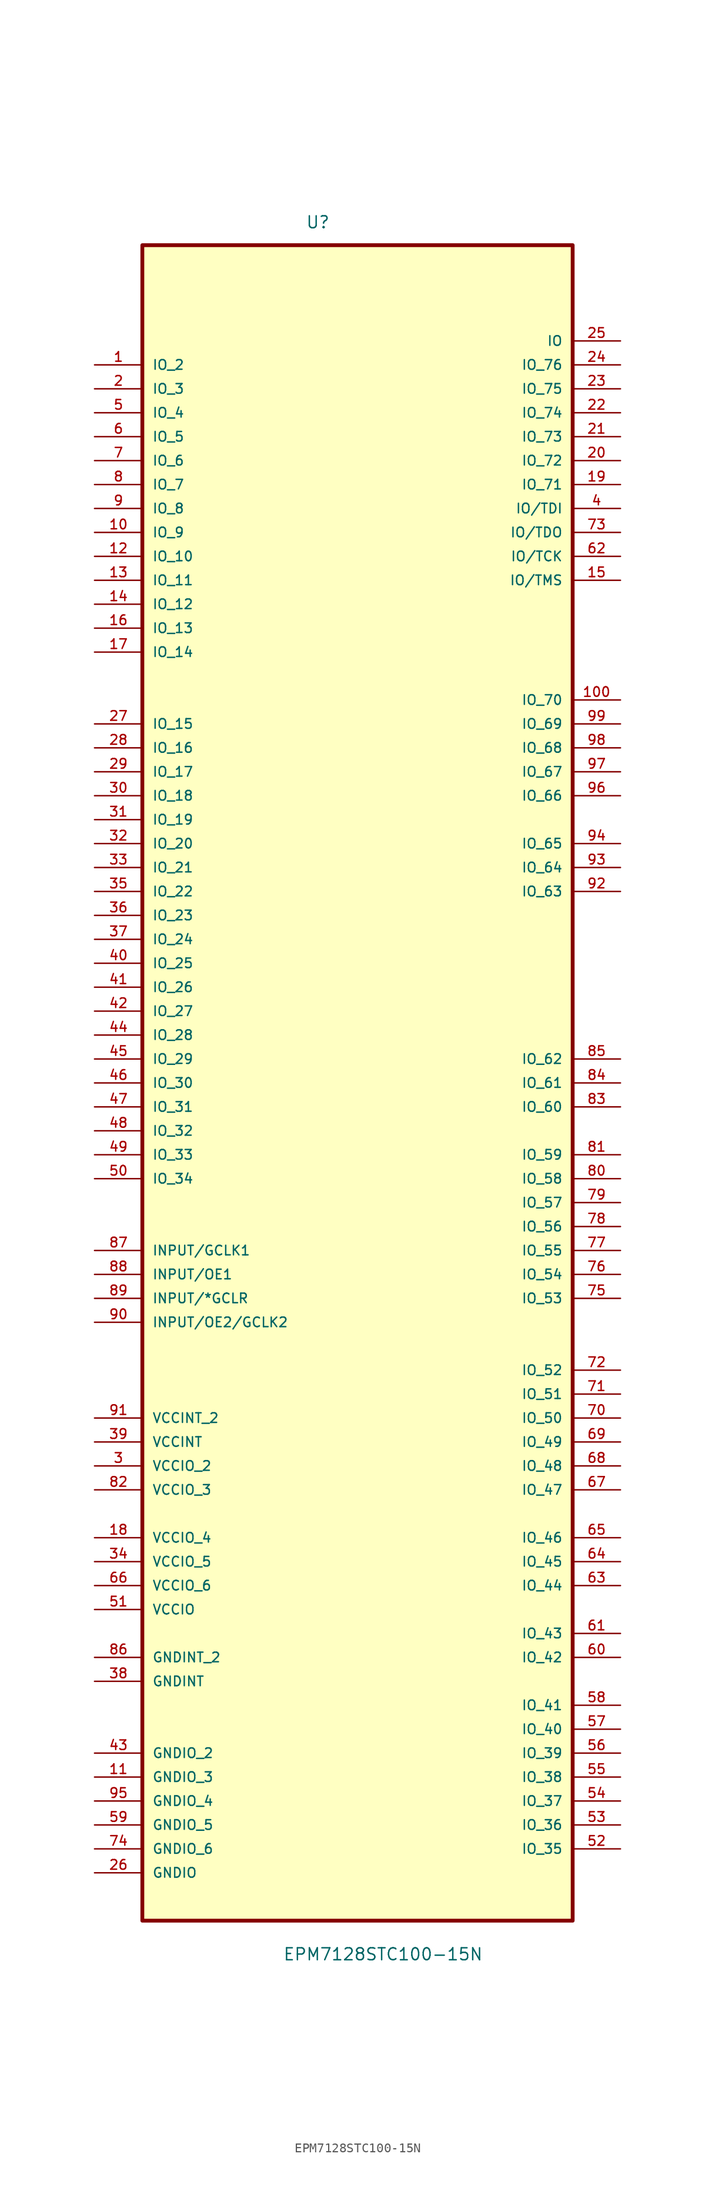
<source format=kicad_sym>
(kicad_symbol_lib
  (version 20211014)
  (generator kicad_symbol_editor)
  (symbol "EPM7128STC100-15N"
    (pin_names
      (offset 1.016))
    (property "Reference" "U"
      (at -5.52 88.048 0.0)
      (effects (font (size 1.27 1.27)) (justify bottom left)))
    (property "Value" "EPM7128STC100-15N"
      (at -7.937 -95.749 0.0)
      (effects (font (size 1.27 1.27)) (justify bottom left)))
    (symbol "EPM7128STC100-15N_0_0"
      (rectangle (start -22.86 -91.44) (end 22.86 86.36) (stroke (width 0.406)) (fill (type background)))
      (pin bidirectional line (at -27.94 73.66 0) (length 5.08) (name "IO_2" (effects (font (size 1.016 1.016)))) (number "1" (effects (font (size 1.016 1.016)))))
      (pin bidirectional line (at -27.94 71.12 0) (length 5.08) (name "IO_3" (effects (font (size 1.016 1.016)))) (number "2" (effects (font (size 1.016 1.016)))))
      (pin bidirectional line (at -27.94 68.58 0) (length 5.08) (name "IO_4" (effects (font (size 1.016 1.016)))) (number "5" (effects (font (size 1.016 1.016)))))
      (pin bidirectional line (at -27.94 66.04 0) (length 5.08) (name "IO_5" (effects (font (size 1.016 1.016)))) (number "6" (effects (font (size 1.016 1.016)))))
      (pin bidirectional line (at -27.94 63.5 0) (length 5.08) (name "IO_6" (effects (font (size 1.016 1.016)))) (number "7" (effects (font (size 1.016 1.016)))))
      (pin bidirectional line (at -27.94 60.96 0) (length 5.08) (name "IO_7" (effects (font (size 1.016 1.016)))) (number "8" (effects (font (size 1.016 1.016)))))
      (pin bidirectional line (at -27.94 58.42 0) (length 5.08) (name "IO_8" (effects (font (size 1.016 1.016)))) (number "9" (effects (font (size 1.016 1.016)))))
      (pin bidirectional line (at -27.94 55.88 0) (length 5.08) (name "IO_9" (effects (font (size 1.016 1.016)))) (number "10" (effects (font (size 1.016 1.016)))))
      (pin bidirectional line (at -27.94 53.34 0) (length 5.08) (name "IO_10" (effects (font (size 1.016 1.016)))) (number "12" (effects (font (size 1.016 1.016)))))
      (pin bidirectional line (at -27.94 50.8 0) (length 5.08) (name "IO_11" (effects (font (size 1.016 1.016)))) (number "13" (effects (font (size 1.016 1.016)))))
      (pin bidirectional line (at -27.94 48.26 0) (length 5.08) (name "IO_12" (effects (font (size 1.016 1.016)))) (number "14" (effects (font (size 1.016 1.016)))))
      (pin bidirectional line (at -27.94 45.72 0) (length 5.08) (name "IO_13" (effects (font (size 1.016 1.016)))) (number "16" (effects (font (size 1.016 1.016)))))
      (pin bidirectional line (at -27.94 43.18 0) (length 5.08) (name "IO_14" (effects (font (size 1.016 1.016)))) (number "17" (effects (font (size 1.016 1.016)))))
      (pin bidirectional line (at -27.94 35.56 0) (length 5.08) (name "IO_15" (effects (font (size 1.016 1.016)))) (number "27" (effects (font (size 1.016 1.016)))))
      (pin bidirectional line (at -27.94 33.02 0) (length 5.08) (name "IO_16" (effects (font (size 1.016 1.016)))) (number "28" (effects (font (size 1.016 1.016)))))
      (pin bidirectional line (at -27.94 30.48 0) (length 5.08) (name "IO_17" (effects (font (size 1.016 1.016)))) (number "29" (effects (font (size 1.016 1.016)))))
      (pin bidirectional line (at -27.94 27.94 0) (length 5.08) (name "IO_18" (effects (font (size 1.016 1.016)))) (number "30" (effects (font (size 1.016 1.016)))))
      (pin bidirectional line (at -27.94 25.4 0) (length 5.08) (name "IO_19" (effects (font (size 1.016 1.016)))) (number "31" (effects (font (size 1.016 1.016)))))
      (pin bidirectional line (at -27.94 22.86 0) (length 5.08) (name "IO_20" (effects (font (size 1.016 1.016)))) (number "32" (effects (font (size 1.016 1.016)))))
      (pin bidirectional line (at -27.94 20.32 0) (length 5.08) (name "IO_21" (effects (font (size 1.016 1.016)))) (number "33" (effects (font (size 1.016 1.016)))))
      (pin bidirectional line (at -27.94 17.78 0) (length 5.08) (name "IO_22" (effects (font (size 1.016 1.016)))) (number "35" (effects (font (size 1.016 1.016)))))
      (pin bidirectional line (at -27.94 15.24 0) (length 5.08) (name "IO_23" (effects (font (size 1.016 1.016)))) (number "36" (effects (font (size 1.016 1.016)))))
      (pin bidirectional line (at -27.94 12.7 0) (length 5.08) (name "IO_24" (effects (font (size 1.016 1.016)))) (number "37" (effects (font (size 1.016 1.016)))))
      (pin bidirectional line (at -27.94 10.16 0) (length 5.08) (name "IO_25" (effects (font (size 1.016 1.016)))) (number "40" (effects (font (size 1.016 1.016)))))
      (pin bidirectional line (at -27.94 7.62 0) (length 5.08) (name "IO_26" (effects (font (size 1.016 1.016)))) (number "41" (effects (font (size 1.016 1.016)))))
      (pin bidirectional line (at -27.94 5.08 0) (length 5.08) (name "IO_27" (effects (font (size 1.016 1.016)))) (number "42" (effects (font (size 1.016 1.016)))))
      (pin bidirectional line (at -27.94 2.54 0) (length 5.08) (name "IO_28" (effects (font (size 1.016 1.016)))) (number "44" (effects (font (size 1.016 1.016)))))
      (pin bidirectional line (at -27.94 0.0 0) (length 5.08) (name "IO_29" (effects (font (size 1.016 1.016)))) (number "45" (effects (font (size 1.016 1.016)))))
      (pin bidirectional line (at -27.94 -2.54 0) (length 5.08) (name "IO_30" (effects (font (size 1.016 1.016)))) (number "46" (effects (font (size 1.016 1.016)))))
      (pin bidirectional line (at -27.94 -5.08 0) (length 5.08) (name "IO_31" (effects (font (size 1.016 1.016)))) (number "47" (effects (font (size 1.016 1.016)))))
      (pin bidirectional line (at -27.94 -7.62 0) (length 5.08) (name "IO_32" (effects (font (size 1.016 1.016)))) (number "48" (effects (font (size 1.016 1.016)))))
      (pin bidirectional line (at -27.94 -10.16 0) (length 5.08) (name "IO_33" (effects (font (size 1.016 1.016)))) (number "49" (effects (font (size 1.016 1.016)))))
      (pin bidirectional line (at -27.94 -12.7 0) (length 5.08) (name "IO_34" (effects (font (size 1.016 1.016)))) (number "50" (effects (font (size 1.016 1.016)))))
      (pin input line (at -27.94 -20.32 0) (length 5.08) (name "INPUT/GCLK1" (effects (font (size 1.016 1.016)))) (number "87" (effects (font (size 1.016 1.016)))))
      (pin input line (at -27.94 -22.86 0) (length 5.08) (name "INPUT/OE1" (effects (font (size 1.016 1.016)))) (number "88" (effects (font (size 1.016 1.016)))))
      (pin input line (at -27.94 -25.4 0) (length 5.08) (name "INPUT/*GCLR" (effects (font (size 1.016 1.016)))) (number "89" (effects (font (size 1.016 1.016)))))
      (pin input line (at -27.94 -27.94 0) (length 5.08) (name "INPUT/OE2/GCLK2" (effects (font (size 1.016 1.016)))) (number "90" (effects (font (size 1.016 1.016)))))
      (pin power_in line (at -27.94 -38.1 0) (length 5.08) (name "VCCINT_2" (effects (font (size 1.016 1.016)))) (number "91" (effects (font (size 1.016 1.016)))))
      (pin power_in line (at -27.94 -40.64 0) (length 5.08) (name "VCCINT" (effects (font (size 1.016 1.016)))) (number "39" (effects (font (size 1.016 1.016)))))
      (pin power_in line (at -27.94 -43.18 0) (length 5.08) (name "VCCIO_2" (effects (font (size 1.016 1.016)))) (number "3" (effects (font (size 1.016 1.016)))))
      (pin power_in line (at -27.94 -45.72 0) (length 5.08) (name "VCCIO_3" (effects (font (size 1.016 1.016)))) (number "82" (effects (font (size 1.016 1.016)))))
      (pin power_in line (at -27.94 -50.8 0) (length 5.08) (name "VCCIO_4" (effects (font (size 1.016 1.016)))) (number "18" (effects (font (size 1.016 1.016)))))
      (pin power_in line (at -27.94 -53.34 0) (length 5.08) (name "VCCIO_5" (effects (font (size 1.016 1.016)))) (number "34" (effects (font (size 1.016 1.016)))))
      (pin power_in line (at -27.94 -55.88 0) (length 5.08) (name "VCCIO_6" (effects (font (size 1.016 1.016)))) (number "66" (effects (font (size 1.016 1.016)))))
      (pin power_in line (at -27.94 -58.42 0) (length 5.08) (name "VCCIO" (effects (font (size 1.016 1.016)))) (number "51" (effects (font (size 1.016 1.016)))))
      (pin passive line (at -27.94 -63.5 0) (length 5.08) (name "GNDINT_2" (effects (font (size 1.016 1.016)))) (number "86" (effects (font (size 1.016 1.016)))))
      (pin passive line (at -27.94 -66.04 0) (length 5.08) (name "GNDINT" (effects (font (size 1.016 1.016)))) (number "38" (effects (font (size 1.016 1.016)))))
      (pin passive line (at -27.94 -73.66 0) (length 5.08) (name "GNDIO_2" (effects (font (size 1.016 1.016)))) (number "43" (effects (font (size 1.016 1.016)))))
      (pin passive line (at -27.94 -76.2 0) (length 5.08) (name "GNDIO_3" (effects (font (size 1.016 1.016)))) (number "11" (effects (font (size 1.016 1.016)))))
      (pin passive line (at -27.94 -78.74 0) (length 5.08) (name "GNDIO_4" (effects (font (size 1.016 1.016)))) (number "95" (effects (font (size 1.016 1.016)))))
      (pin passive line (at -27.94 -81.28 0) (length 5.08) (name "GNDIO_5" (effects (font (size 1.016 1.016)))) (number "59" (effects (font (size 1.016 1.016)))))
      (pin passive line (at -27.94 -83.82 0) (length 5.08) (name "GNDIO_6" (effects (font (size 1.016 1.016)))) (number "74" (effects (font (size 1.016 1.016)))))
      (pin passive line (at -27.94 -86.36 0) (length 5.08) (name "GNDIO" (effects (font (size 1.016 1.016)))) (number "26" (effects (font (size 1.016 1.016)))))
      (pin bidirectional line (at 27.94 -83.82 180.0) (length 5.08) (name "IO_35" (effects (font (size 1.016 1.016)))) (number "52" (effects (font (size 1.016 1.016)))))
      (pin bidirectional line (at 27.94 -81.28 180.0) (length 5.08) (name "IO_36" (effects (font (size 1.016 1.016)))) (number "53" (effects (font (size 1.016 1.016)))))
      (pin bidirectional line (at 27.94 -78.74 180.0) (length 5.08) (name "IO_37" (effects (font (size 1.016 1.016)))) (number "54" (effects (font (size 1.016 1.016)))))
      (pin bidirectional line (at 27.94 -76.2 180.0) (length 5.08) (name "IO_38" (effects (font (size 1.016 1.016)))) (number "55" (effects (font (size 1.016 1.016)))))
      (pin bidirectional line (at 27.94 -73.66 180.0) (length 5.08) (name "IO_39" (effects (font (size 1.016 1.016)))) (number "56" (effects (font (size 1.016 1.016)))))
      (pin bidirectional line (at 27.94 -71.12 180.0) (length 5.08) (name "IO_40" (effects (font (size 1.016 1.016)))) (number "57" (effects (font (size 1.016 1.016)))))
      (pin bidirectional line (at 27.94 -68.58 180.0) (length 5.08) (name "IO_41" (effects (font (size 1.016 1.016)))) (number "58" (effects (font (size 1.016 1.016)))))
      (pin bidirectional line (at 27.94 -63.5 180.0) (length 5.08) (name "IO_42" (effects (font (size 1.016 1.016)))) (number "60" (effects (font (size 1.016 1.016)))))
      (pin bidirectional line (at 27.94 -60.96 180.0) (length 5.08) (name "IO_43" (effects (font (size 1.016 1.016)))) (number "61" (effects (font (size 1.016 1.016)))))
      (pin bidirectional line (at 27.94 -55.88 180.0) (length 5.08) (name "IO_44" (effects (font (size 1.016 1.016)))) (number "63" (effects (font (size 1.016 1.016)))))
      (pin bidirectional line (at 27.94 -53.34 180.0) (length 5.08) (name "IO_45" (effects (font (size 1.016 1.016)))) (number "64" (effects (font (size 1.016 1.016)))))
      (pin bidirectional line (at 27.94 -50.8 180.0) (length 5.08) (name "IO_46" (effects (font (size 1.016 1.016)))) (number "65" (effects (font (size 1.016 1.016)))))
      (pin bidirectional line (at 27.94 -45.72 180.0) (length 5.08) (name "IO_47" (effects (font (size 1.016 1.016)))) (number "67" (effects (font (size 1.016 1.016)))))
      (pin bidirectional line (at 27.94 -43.18 180.0) (length 5.08) (name "IO_48" (effects (font (size 1.016 1.016)))) (number "68" (effects (font (size 1.016 1.016)))))
      (pin bidirectional line (at 27.94 -40.64 180.0) (length 5.08) (name "IO_49" (effects (font (size 1.016 1.016)))) (number "69" (effects (font (size 1.016 1.016)))))
      (pin bidirectional line (at 27.94 -38.1 180.0) (length 5.08) (name "IO_50" (effects (font (size 1.016 1.016)))) (number "70" (effects (font (size 1.016 1.016)))))
      (pin bidirectional line (at 27.94 -35.56 180.0) (length 5.08) (name "IO_51" (effects (font (size 1.016 1.016)))) (number "71" (effects (font (size 1.016 1.016)))))
      (pin bidirectional line (at 27.94 -33.02 180.0) (length 5.08) (name "IO_52" (effects (font (size 1.016 1.016)))) (number "72" (effects (font (size 1.016 1.016)))))
      (pin bidirectional line (at 27.94 -25.4 180.0) (length 5.08) (name "IO_53" (effects (font (size 1.016 1.016)))) (number "75" (effects (font (size 1.016 1.016)))))
      (pin bidirectional line (at 27.94 -22.86 180.0) (length 5.08) (name "IO_54" (effects (font (size 1.016 1.016)))) (number "76" (effects (font (size 1.016 1.016)))))
      (pin bidirectional line (at 27.94 -20.32 180.0) (length 5.08) (name "IO_55" (effects (font (size 1.016 1.016)))) (number "77" (effects (font (size 1.016 1.016)))))
      (pin bidirectional line (at 27.94 -17.78 180.0) (length 5.08) (name "IO_56" (effects (font (size 1.016 1.016)))) (number "78" (effects (font (size 1.016 1.016)))))
      (pin bidirectional line (at 27.94 -15.24 180.0) (length 5.08) (name "IO_57" (effects (font (size 1.016 1.016)))) (number "79" (effects (font (size 1.016 1.016)))))
      (pin bidirectional line (at 27.94 -12.7 180.0) (length 5.08) (name "IO_58" (effects (font (size 1.016 1.016)))) (number "80" (effects (font (size 1.016 1.016)))))
      (pin bidirectional line (at 27.94 -10.16 180.0) (length 5.08) (name "IO_59" (effects (font (size 1.016 1.016)))) (number "81" (effects (font (size 1.016 1.016)))))
      (pin bidirectional line (at 27.94 -5.08 180.0) (length 5.08) (name "IO_60" (effects (font (size 1.016 1.016)))) (number "83" (effects (font (size 1.016 1.016)))))
      (pin bidirectional line (at 27.94 -2.54 180.0) (length 5.08) (name "IO_61" (effects (font (size 1.016 1.016)))) (number "84" (effects (font (size 1.016 1.016)))))
      (pin bidirectional line (at 27.94 0.0 180.0) (length 5.08) (name "IO_62" (effects (font (size 1.016 1.016)))) (number "85" (effects (font (size 1.016 1.016)))))
      (pin bidirectional line (at 27.94 17.78 180.0) (length 5.08) (name "IO_63" (effects (font (size 1.016 1.016)))) (number "92" (effects (font (size 1.016 1.016)))))
      (pin bidirectional line (at 27.94 20.32 180.0) (length 5.08) (name "IO_64" (effects (font (size 1.016 1.016)))) (number "93" (effects (font (size 1.016 1.016)))))
      (pin bidirectional line (at 27.94 22.86 180.0) (length 5.08) (name "IO_65" (effects (font (size 1.016 1.016)))) (number "94" (effects (font (size 1.016 1.016)))))
      (pin bidirectional line (at 27.94 27.94 180.0) (length 5.08) (name "IO_66" (effects (font (size 1.016 1.016)))) (number "96" (effects (font (size 1.016 1.016)))))
      (pin bidirectional line (at 27.94 30.48 180.0) (length 5.08) (name "IO_67" (effects (font (size 1.016 1.016)))) (number "97" (effects (font (size 1.016 1.016)))))
      (pin bidirectional line (at 27.94 33.02 180.0) (length 5.08) (name "IO_68" (effects (font (size 1.016 1.016)))) (number "98" (effects (font (size 1.016 1.016)))))
      (pin bidirectional line (at 27.94 35.56 180.0) (length 5.08) (name "IO_69" (effects (font (size 1.016 1.016)))) (number "99" (effects (font (size 1.016 1.016)))))
      (pin bidirectional line (at 27.94 38.1 180.0) (length 5.08) (name "IO_70" (effects (font (size 1.016 1.016)))) (number "100" (effects (font (size 1.016 1.016)))))
      (pin bidirectional line (at 27.94 50.8 180.0) (length 5.08) (name "IO/TMS" (effects (font (size 1.016 1.016)))) (number "15" (effects (font (size 1.016 1.016)))))
      (pin bidirectional line (at 27.94 53.34 180.0) (length 5.08) (name "IO/TCK" (effects (font (size 1.016 1.016)))) (number "62" (effects (font (size 1.016 1.016)))))
      (pin bidirectional line (at 27.94 55.88 180.0) (length 5.08) (name "IO/TDO" (effects (font (size 1.016 1.016)))) (number "73" (effects (font (size 1.016 1.016)))))
      (pin bidirectional line (at 27.94 58.42 180.0) (length 5.08) (name "IO/TDI" (effects (font (size 1.016 1.016)))) (number "4" (effects (font (size 1.016 1.016)))))
      (pin bidirectional line (at 27.94 60.96 180.0) (length 5.08) (name "IO_71" (effects (font (size 1.016 1.016)))) (number "19" (effects (font (size 1.016 1.016)))))
      (pin bidirectional line (at 27.94 63.5 180.0) (length 5.08) (name "IO_72" (effects (font (size 1.016 1.016)))) (number "20" (effects (font (size 1.016 1.016)))))
      (pin bidirectional line (at 27.94 66.04 180.0) (length 5.08) (name "IO_73" (effects (font (size 1.016 1.016)))) (number "21" (effects (font (size 1.016 1.016)))))
      (pin bidirectional line (at 27.94 68.58 180.0) (length 5.08) (name "IO_74" (effects (font (size 1.016 1.016)))) (number "22" (effects (font (size 1.016 1.016)))))
      (pin bidirectional line (at 27.94 71.12 180.0) (length 5.08) (name "IO_75" (effects (font (size 1.016 1.016)))) (number "23" (effects (font (size 1.016 1.016)))))
      (pin bidirectional line (at 27.94 73.66 180.0) (length 5.08) (name "IO_76" (effects (font (size 1.016 1.016)))) (number "24" (effects (font (size 1.016 1.016)))))
      (pin bidirectional line (at 27.94 76.2 180.0) (length 5.08) (name "IO" (effects (font (size 1.016 1.016)))) (number "25" (effects (font (size 1.016 1.016))))))))
</source>
